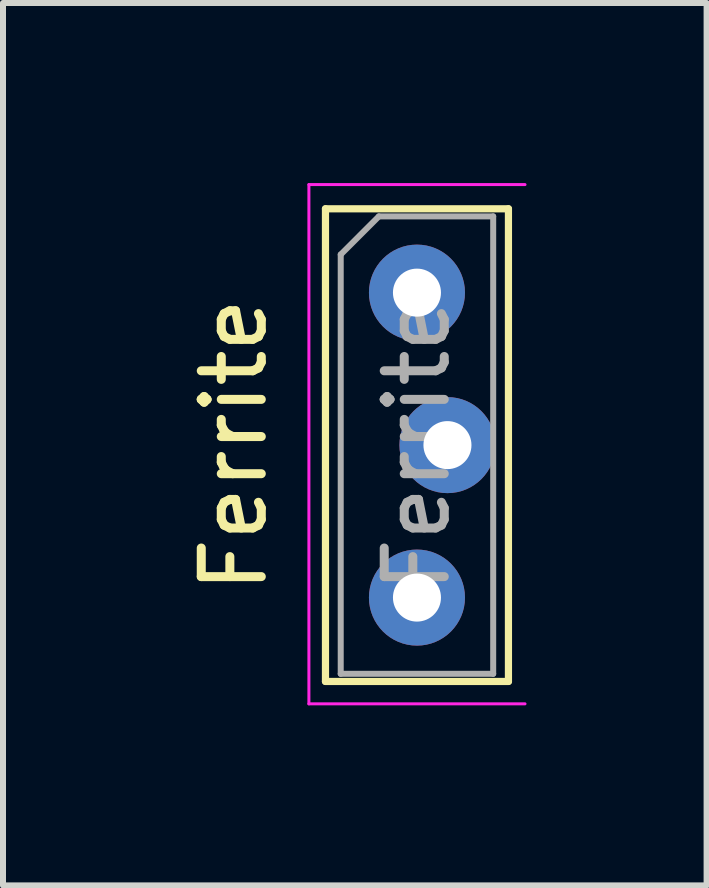
<source format=kicad_pcb>
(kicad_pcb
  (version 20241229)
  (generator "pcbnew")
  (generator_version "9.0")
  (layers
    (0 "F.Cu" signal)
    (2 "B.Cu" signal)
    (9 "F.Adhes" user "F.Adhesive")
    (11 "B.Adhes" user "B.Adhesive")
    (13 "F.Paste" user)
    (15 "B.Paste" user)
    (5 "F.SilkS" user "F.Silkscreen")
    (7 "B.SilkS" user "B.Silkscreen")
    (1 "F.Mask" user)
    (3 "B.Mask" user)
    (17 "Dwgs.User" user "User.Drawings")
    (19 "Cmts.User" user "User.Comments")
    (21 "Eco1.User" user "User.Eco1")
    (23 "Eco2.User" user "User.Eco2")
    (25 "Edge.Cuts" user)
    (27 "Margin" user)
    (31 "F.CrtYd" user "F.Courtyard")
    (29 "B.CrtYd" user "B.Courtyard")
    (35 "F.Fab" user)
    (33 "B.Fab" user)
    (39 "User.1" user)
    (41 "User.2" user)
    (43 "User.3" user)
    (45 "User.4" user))
  (footprint "Ferrite"
    (layer "F.Cu")
    (at 3.896 1.825)
    (property "Reference" "Ferrite" (at -3.048 2.54 270) (layer "F.SilkS") (effects (font (size 1 1) (thickness 0.15))))
    (attr through_hole)
    (fp_line (start -1.524 -1.397) (end -1.524 6.477) (stroke (width 0.12) (type solid)) (layer "F.SilkS"))
    (fp_line (start -1.524 -1.397) (end 1.524 -1.397) (stroke (width 0.12) (type solid)) (layer "F.SilkS"))
    (fp_line (start -1.524 6.477) (end 1.524 6.477) (stroke (width 0.12) (type solid)) (layer "F.SilkS"))
    (fp_line (start 1.524 -1.397) (end 1.524 6.477) (stroke (width 0.12) (type solid)) (layer "F.SilkS"))
    (fp_line (start -1.8 -1.8) (end -1.8 6.85) (stroke (width 0.05) (type solid)) (layer "F.CrtYd"))
    (fp_line (start -1.8 6.85) (end 1.8 6.85) (stroke (width 0.05) (type solid)) (layer "F.CrtYd"))
    (fp_line (start 1.8 -1.8) (end -1.8 -1.8) (stroke (width 0.05) (type solid)) (layer "F.CrtYd"))
    (fp_line (start -1.27 -0.635) (end -0.635 -1.27) (stroke (width 0.1) (type solid)) (layer "F.Fab"))
    (fp_line (start -1.27 6.35) (end -1.27 -0.635) (stroke (width 0.1) (type solid)) (layer "F.Fab"))
    (fp_line (start -0.635 -1.27) (end 1.27 -1.27) (stroke (width 0.1) (type solid)) (layer "F.Fab"))
    (fp_line (start 1.27 -1.27) (end 1.27 6.35) (stroke (width 0.1) (type solid)) (layer "F.Fab"))
    (fp_line (start 1.27 6.35) (end -1.27 6.35) (stroke (width 0.1) (type solid)) (layer "F.Fab"))
    (fp_text user "${REFERENCE}" (at 0 2.54 270) (layer "F.Fab") (effects (font (size 1 1) (thickness 0.15))))
    (pad "1" thru_hole circle (at 0 0) (size 1.6 1.6) (drill 0.8) (layers "*.Cu" "*.Mask"))
    (pad "2" thru_hole circle (at 0 5.08) (size 1.6 1.6) (drill 0.8) (layers "*.Cu" "*.Mask"))
    (pad "~" thru_hole circle (at 0.508 2.54) (size 1.6 1.6) (drill 0.8) (layers "*.Cu" "*.Mask")))
  (gr_rect
    (start -3 -3)
    (end 8.721 11.7)
    (stroke (width 0.1) (type default))
    (fill no)
    (layer "Edge.Cuts")))
</source>
